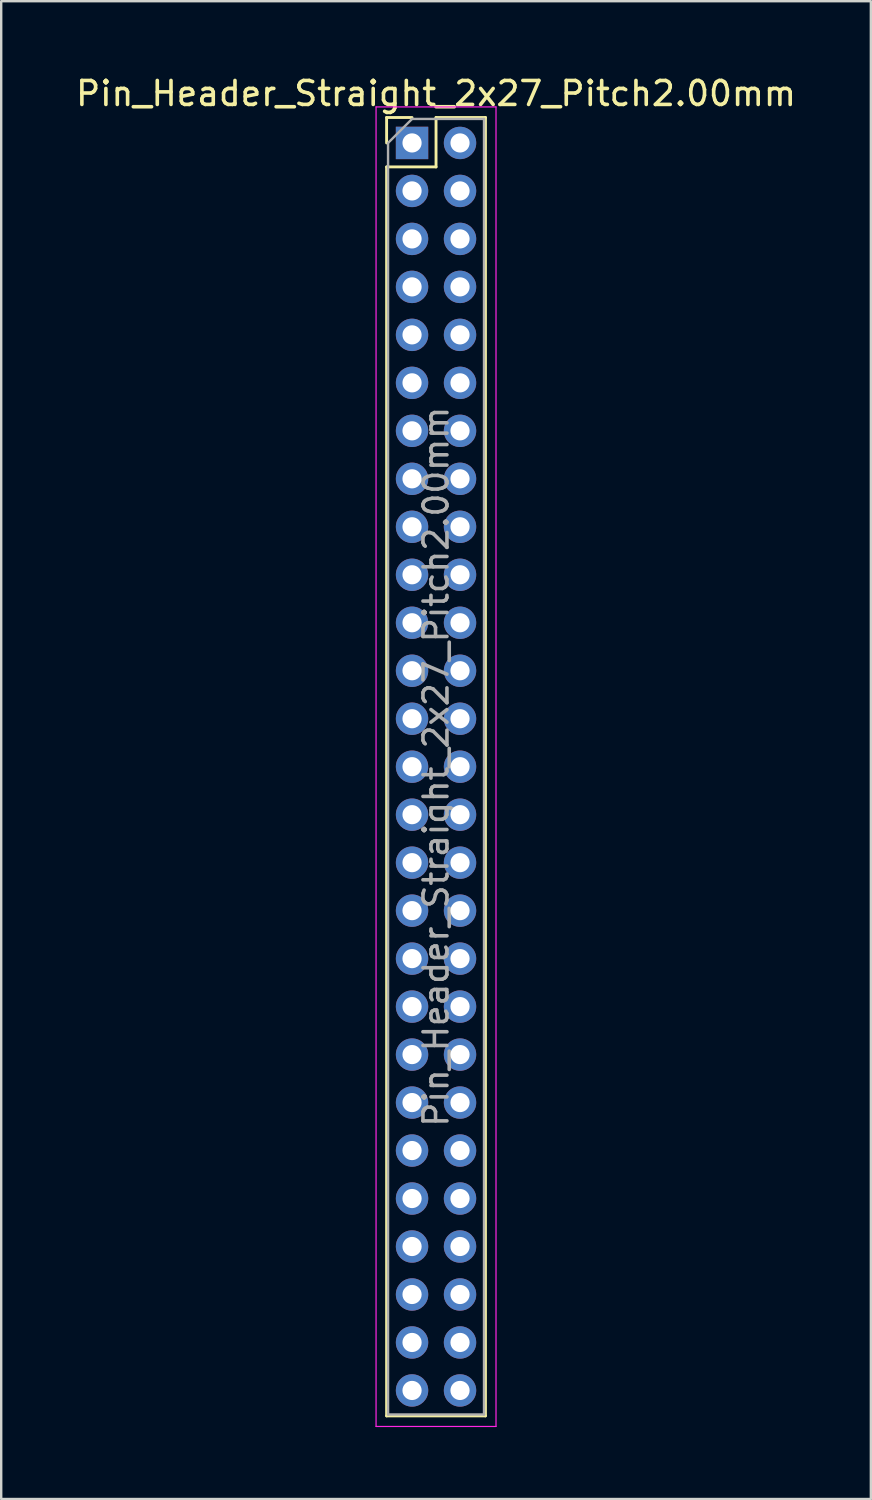
<source format=kicad_pcb>
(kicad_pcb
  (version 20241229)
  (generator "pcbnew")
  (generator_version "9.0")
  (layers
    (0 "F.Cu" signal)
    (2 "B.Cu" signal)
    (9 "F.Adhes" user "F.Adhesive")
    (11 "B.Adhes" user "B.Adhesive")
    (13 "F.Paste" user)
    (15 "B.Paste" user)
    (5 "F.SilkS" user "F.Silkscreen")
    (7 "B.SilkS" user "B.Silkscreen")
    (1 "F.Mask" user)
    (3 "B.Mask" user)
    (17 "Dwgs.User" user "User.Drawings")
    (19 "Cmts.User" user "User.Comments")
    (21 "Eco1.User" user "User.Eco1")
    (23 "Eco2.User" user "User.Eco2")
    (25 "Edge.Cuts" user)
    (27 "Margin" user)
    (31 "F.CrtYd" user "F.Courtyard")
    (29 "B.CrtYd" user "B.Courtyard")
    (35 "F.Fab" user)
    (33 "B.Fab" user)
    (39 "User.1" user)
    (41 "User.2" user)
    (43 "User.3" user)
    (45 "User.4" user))
  (footprint "Pin_Header_Straight_2x27_Pitch2.00mm"
    (layer "F.Cu")
    (at 14.125 2.908)
    (property "Reference" "Pin_Header_Straight_2x27_Pitch2.00mm" (at 1 -2.06 0) (layer "F.SilkS") (effects (font (size 1 1) (thickness 0.15))))
    (attr through_hole)
    (fp_line (start -1.06 -1.06) (end 0 -1.06) (stroke (width 0.12) (type solid)) (layer "F.SilkS"))
    (fp_line (start -1.06 0) (end -1.06 -1.06) (stroke (width 0.12) (type solid)) (layer "F.SilkS"))
    (fp_line (start -1.06 1) (end -1.06 53.06) (stroke (width 0.12) (type solid)) (layer "F.SilkS"))
    (fp_line (start -1.06 1) (end 1 1) (stroke (width 0.12) (type solid)) (layer "F.SilkS"))
    (fp_line (start -1.06 53.06) (end 3.06 53.06) (stroke (width 0.12) (type solid)) (layer "F.SilkS"))
    (fp_line (start 1 -1.06) (end 3.06 -1.06) (stroke (width 0.12) (type solid)) (layer "F.SilkS"))
    (fp_line (start 1 1) (end 1 -1.06) (stroke (width 0.12) (type solid)) (layer "F.SilkS"))
    (fp_line (start 3.06 -1.06) (end 3.06 53.06) (stroke (width 0.12) (type solid)) (layer "F.SilkS"))
    (fp_line (start -1.5 -1.5) (end -1.5 53.5) (stroke (width 0.05) (type solid)) (layer "F.CrtYd"))
    (fp_line (start -1.5 53.5) (end 3.5 53.5) (stroke (width 0.05) (type solid)) (layer "F.CrtYd"))
    (fp_line (start 3.5 -1.5) (end -1.5 -1.5) (stroke (width 0.05) (type solid)) (layer "F.CrtYd"))
    (fp_line (start 3.5 53.5) (end 3.5 -1.5) (stroke (width 0.05) (type solid)) (layer "F.CrtYd"))
    (fp_line (start -1 0) (end 0 -1) (stroke (width 0.1) (type solid)) (layer "F.Fab"))
    (fp_line (start -1 53) (end -1 0) (stroke (width 0.1) (type solid)) (layer "F.Fab"))
    (fp_line (start 0 -1) (end 3 -1) (stroke (width 0.1) (type solid)) (layer "F.Fab"))
    (fp_line (start 3 -1) (end 3 53) (stroke (width 0.1) (type solid)) (layer "F.Fab"))
    (fp_line (start 3 53) (end -1 53) (stroke (width 0.1) (type solid)) (layer "F.Fab"))
    (fp_text user "${REFERENCE}" (at 1 26 90) (layer "F.Fab") (effects (font (size 1 1) (thickness 0.15))))
    (pad "1" thru_hole rect (at 0 0) (size 1.35 1.35) (drill 0.8) (layers "*.Cu" "*.Mask"))
    (pad "2" thru_hole oval (at 2 0) (size 1.35 1.35) (drill 0.8) (layers "*.Cu" "*.Mask"))
    (pad "3" thru_hole oval (at 0 2) (size 1.35 1.35) (drill 0.8) (layers "*.Cu" "*.Mask"))
    (pad "4" thru_hole oval (at 2 2) (size 1.35 1.35) (drill 0.8) (layers "*.Cu" "*.Mask"))
    (pad "5" thru_hole oval (at 0 4) (size 1.35 1.35) (drill 0.8) (layers "*.Cu" "*.Mask"))
    (pad "6" thru_hole oval (at 2 4) (size 1.35 1.35) (drill 0.8) (layers "*.Cu" "*.Mask"))
    (pad "7" thru_hole oval (at 0 6) (size 1.35 1.35) (drill 0.8) (layers "*.Cu" "*.Mask"))
    (pad "8" thru_hole oval (at 2 6) (size 1.35 1.35) (drill 0.8) (layers "*.Cu" "*.Mask"))
    (pad "9" thru_hole oval (at 0 8) (size 1.35 1.35) (drill 0.8) (layers "*.Cu" "*.Mask"))
    (pad "10" thru_hole oval (at 2 8) (size 1.35 1.35) (drill 0.8) (layers "*.Cu" "*.Mask"))
    (pad "11" thru_hole oval (at 0 10) (size 1.35 1.35) (drill 0.8) (layers "*.Cu" "*.Mask"))
    (pad "12" thru_hole oval (at 2 10) (size 1.35 1.35) (drill 0.8) (layers "*.Cu" "*.Mask"))
    (pad "13" thru_hole oval (at 0 12) (size 1.35 1.35) (drill 0.8) (layers "*.Cu" "*.Mask"))
    (pad "14" thru_hole oval (at 2 12) (size 1.35 1.35) (drill 0.8) (layers "*.Cu" "*.Mask"))
    (pad "15" thru_hole oval (at 0 14) (size 1.35 1.35) (drill 0.8) (layers "*.Cu" "*.Mask"))
    (pad "16" thru_hole oval (at 2 14) (size 1.35 1.35) (drill 0.8) (layers "*.Cu" "*.Mask"))
    (pad "17" thru_hole oval (at 0 16) (size 1.35 1.35) (drill 0.8) (layers "*.Cu" "*.Mask"))
    (pad "18" thru_hole oval (at 2 16) (size 1.35 1.35) (drill 0.8) (layers "*.Cu" "*.Mask"))
    (pad "19" thru_hole oval (at 0 18) (size 1.35 1.35) (drill 0.8) (layers "*.Cu" "*.Mask"))
    (pad "20" thru_hole oval (at 2 18) (size 1.35 1.35) (drill 0.8) (layers "*.Cu" "*.Mask"))
    (pad "21" thru_hole oval (at 0 20) (size 1.35 1.35) (drill 0.8) (layers "*.Cu" "*.Mask"))
    (pad "22" thru_hole oval (at 2 20) (size 1.35 1.35) (drill 0.8) (layers "*.Cu" "*.Mask"))
    (pad "23" thru_hole oval (at 0 22) (size 1.35 1.35) (drill 0.8) (layers "*.Cu" "*.Mask"))
    (pad "24" thru_hole oval (at 2 22) (size 1.35 1.35) (drill 0.8) (layers "*.Cu" "*.Mask"))
    (pad "25" thru_hole oval (at 0 24) (size 1.35 1.35) (drill 0.8) (layers "*.Cu" "*.Mask"))
    (pad "26" thru_hole oval (at 2 24) (size 1.35 1.35) (drill 0.8) (layers "*.Cu" "*.Mask"))
    (pad "27" thru_hole oval (at 0 26) (size 1.35 1.35) (drill 0.8) (layers "*.Cu" "*.Mask"))
    (pad "28" thru_hole oval (at 2 26) (size 1.35 1.35) (drill 0.8) (layers "*.Cu" "*.Mask"))
    (pad "29" thru_hole oval (at 0 28) (size 1.35 1.35) (drill 0.8) (layers "*.Cu" "*.Mask"))
    (pad "30" thru_hole oval (at 2 28) (size 1.35 1.35) (drill 0.8) (layers "*.Cu" "*.Mask"))
    (pad "31" thru_hole oval (at 0 30) (size 1.35 1.35) (drill 0.8) (layers "*.Cu" "*.Mask"))
    (pad "32" thru_hole oval (at 2 30) (size 1.35 1.35) (drill 0.8) (layers "*.Cu" "*.Mask"))
    (pad "33" thru_hole oval (at 0 32) (size 1.35 1.35) (drill 0.8) (layers "*.Cu" "*.Mask"))
    (pad "34" thru_hole oval (at 2 32) (size 1.35 1.35) (drill 0.8) (layers "*.Cu" "*.Mask"))
    (pad "35" thru_hole oval (at 0 34) (size 1.35 1.35) (drill 0.8) (layers "*.Cu" "*.Mask"))
    (pad "36" thru_hole oval (at 2 34) (size 1.35 1.35) (drill 0.8) (layers "*.Cu" "*.Mask"))
    (pad "37" thru_hole oval (at 0 36) (size 1.35 1.35) (drill 0.8) (layers "*.Cu" "*.Mask"))
    (pad "38" thru_hole oval (at 2 36) (size 1.35 1.35) (drill 0.8) (layers "*.Cu" "*.Mask"))
    (pad "39" thru_hole oval (at 0 38) (size 1.35 1.35) (drill 0.8) (layers "*.Cu" "*.Mask"))
    (pad "40" thru_hole oval (at 2 38) (size 1.35 1.35) (drill 0.8) (layers "*.Cu" "*.Mask"))
    (pad "41" thru_hole oval (at 0 40) (size 1.35 1.35) (drill 0.8) (layers "*.Cu" "*.Mask"))
    (pad "42" thru_hole oval (at 2 40) (size 1.35 1.35) (drill 0.8) (layers "*.Cu" "*.Mask"))
    (pad "43" thru_hole oval (at 0 42) (size 1.35 1.35) (drill 0.8) (layers "*.Cu" "*.Mask"))
    (pad "44" thru_hole oval (at 2 42) (size 1.35 1.35) (drill 0.8) (layers "*.Cu" "*.Mask"))
    (pad "45" thru_hole oval (at 0 44) (size 1.35 1.35) (drill 0.8) (layers "*.Cu" "*.Mask"))
    (pad "46" thru_hole oval (at 2 44) (size 1.35 1.35) (drill 0.8) (layers "*.Cu" "*.Mask"))
    (pad "47" thru_hole oval (at 0 46) (size 1.35 1.35) (drill 0.8) (layers "*.Cu" "*.Mask"))
    (pad "48" thru_hole oval (at 2 46) (size 1.35 1.35) (drill 0.8) (layers "*.Cu" "*.Mask"))
    (pad "49" thru_hole oval (at 0 48) (size 1.35 1.35) (drill 0.8) (layers "*.Cu" "*.Mask"))
    (pad "50" thru_hole oval (at 2 48) (size 1.35 1.35) (drill 0.8) (layers "*.Cu" "*.Mask"))
    (pad "51" thru_hole oval (at 0 50) (size 1.35 1.35) (drill 0.8) (layers "*.Cu" "*.Mask"))
    (pad "52" thru_hole oval (at 2 50) (size 1.35 1.35) (drill 0.8) (layers "*.Cu" "*.Mask"))
    (pad "53" thru_hole oval (at 0 52) (size 1.35 1.35) (drill 0.8) (layers "*.Cu" "*.Mask"))
    (pad "54" thru_hole oval (at 2 52) (size 1.35 1.35) (drill 0.8) (layers "*.Cu" "*.Mask")))
  (gr_rect
    (start -3 -3)
    (end 33.25 59.433)
    (stroke (width 0.1) (type default))
    (fill no)
    (layer "Edge.Cuts")))
</source>
